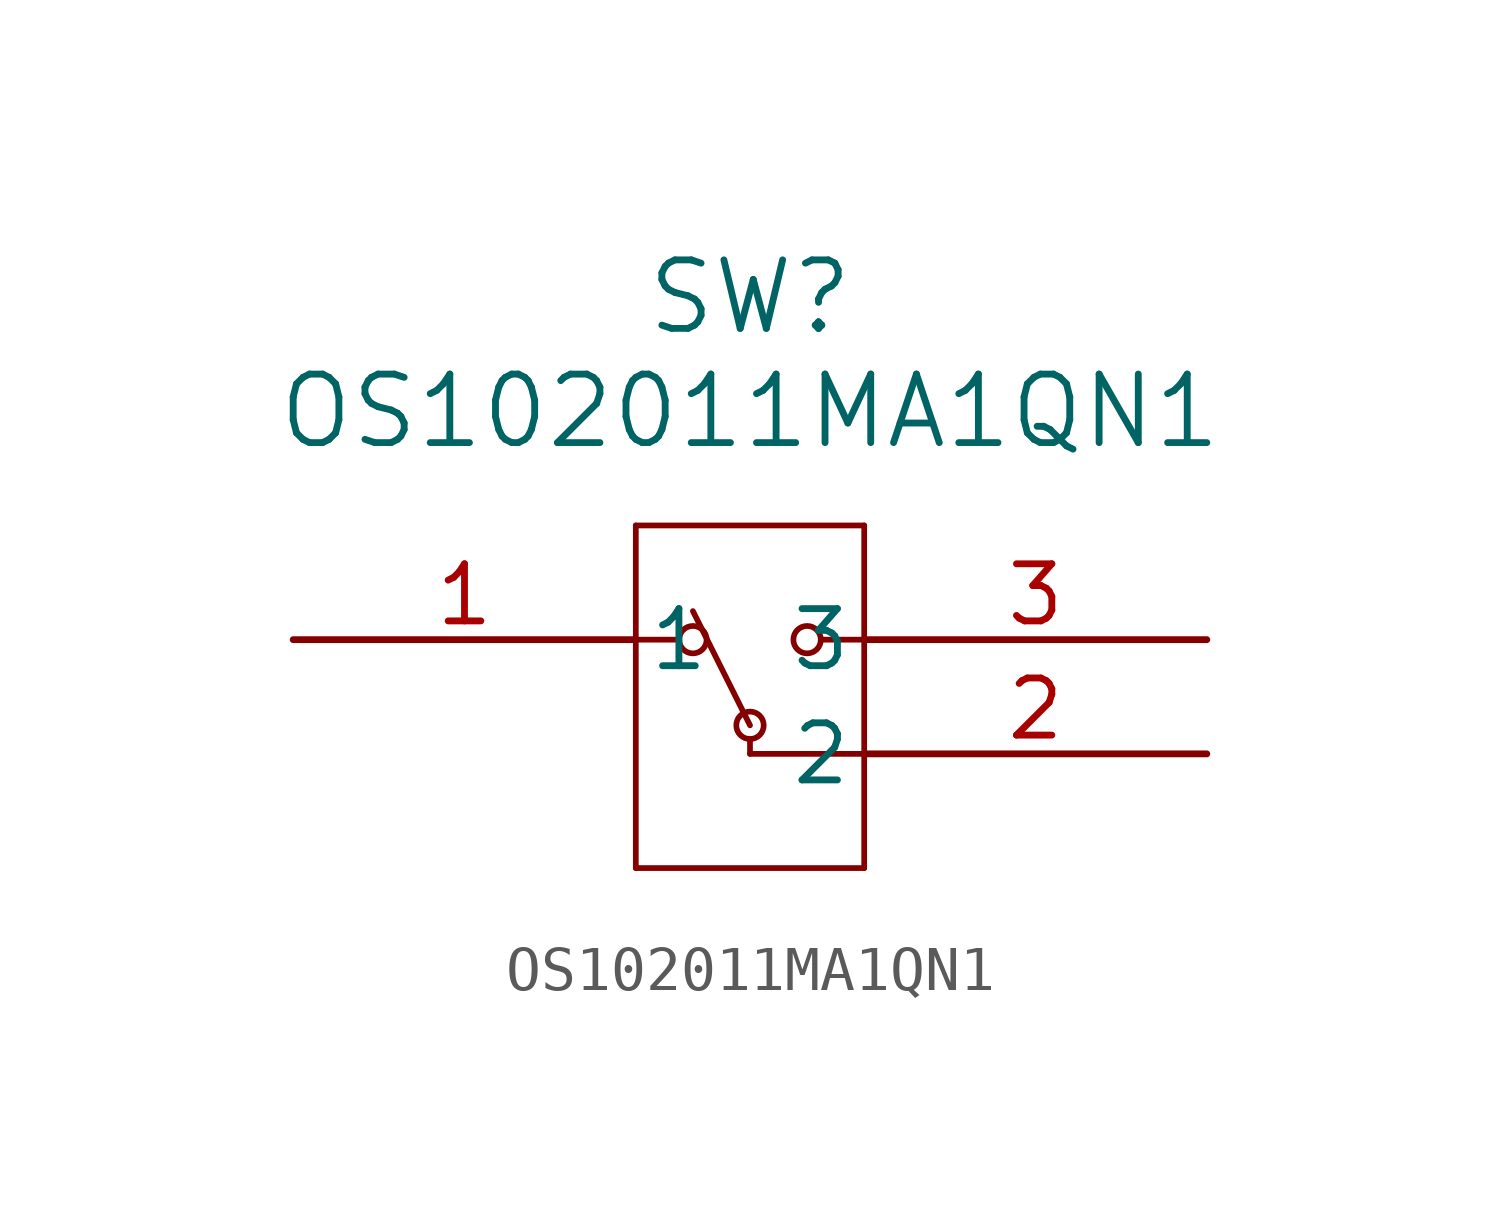
<source format=kicad_sym>
(kicad_symbol_lib
  (version 20241209)
  (generator "kicad_symbol_editor")
  (generator_version "9.0")
  (symbol "OS102011MA1QN1"
    (pin_names
      (offset 0.254))
    (property "Reference" "SW"
      (at 10.16 7.62 0)
      (effects (font (size 1.524 1.524))))
    (property "Value" "OS102011MA1QN1"
      (at 10.16 5.08 0)
      (effects (font (size 1.524 1.524))))
    (symbol "OS102011MA1QN1_0_1"
      (polyline (pts (xy 7.62 2.54) (xy 7.62 -5.08)) (stroke (width 0.127) (type default)) (fill (type none)))
      (polyline (pts (xy 7.62 0) (xy 8.572 0)) (stroke (width 0.127) (type default)) (fill (type none)))
      (polyline (pts (xy 7.62 -5.08) (xy 12.7 -5.08)) (stroke (width 0.127) (type default)) (fill (type none)))
      (circle (center 8.89 0) (radius 0.305) (stroke (width 0.127) (type default)) (fill (type none)))
      (polyline (pts (xy 10.16 -1.905) (xy 8.89 0.635)) (stroke (width 0.127) (type default)) (fill (type none)))
      (circle (center 10.16 -1.905) (radius 0.305) (stroke (width 0.127) (type default)) (fill (type none)))
      (polyline (pts (xy 10.16 -2.54) (xy 10.16 -2.21)) (stroke (width 0.127) (type default)) (fill (type none)))
      (polyline (pts (xy 10.16 -2.54) (xy 12.7 -2.54)) (stroke (width 0.127) (type default)) (fill (type none)))
      (circle (center 11.43 0) (radius 0.305) (stroke (width 0.127) (type default)) (fill (type none)))
      (polyline (pts (xy 11.748 0) (xy 12.7 0)) (stroke (width 0.127) (type default)) (fill (type none)))
      (polyline (pts (xy 12.7 2.54) (xy 7.62 2.54)) (stroke (width 0.127) (type default)) (fill (type none)))
      (polyline (pts (xy 12.7 -5.08) (xy 12.7 2.54)) (stroke (width 0.127) (type default)) (fill (type none)))
      (pin unspecified line (at 0 0 0) (length 7.62) (name "1" (effects (font (size 1.27 1.27)))) (number "1" (effects (font (size 1.27 1.27)))))
      (pin unspecified line (at 20.32 0 180) (length 7.62) (name "3" (effects (font (size 1.27 1.27)))) (number "3" (effects (font (size 1.27 1.27)))))
      (pin unspecified line (at 20.32 -2.54 180) (length 7.62) (name "2" (effects (font (size 1.27 1.27)))) (number "2" (effects (font (size 1.27 1.27))))))))
</source>
